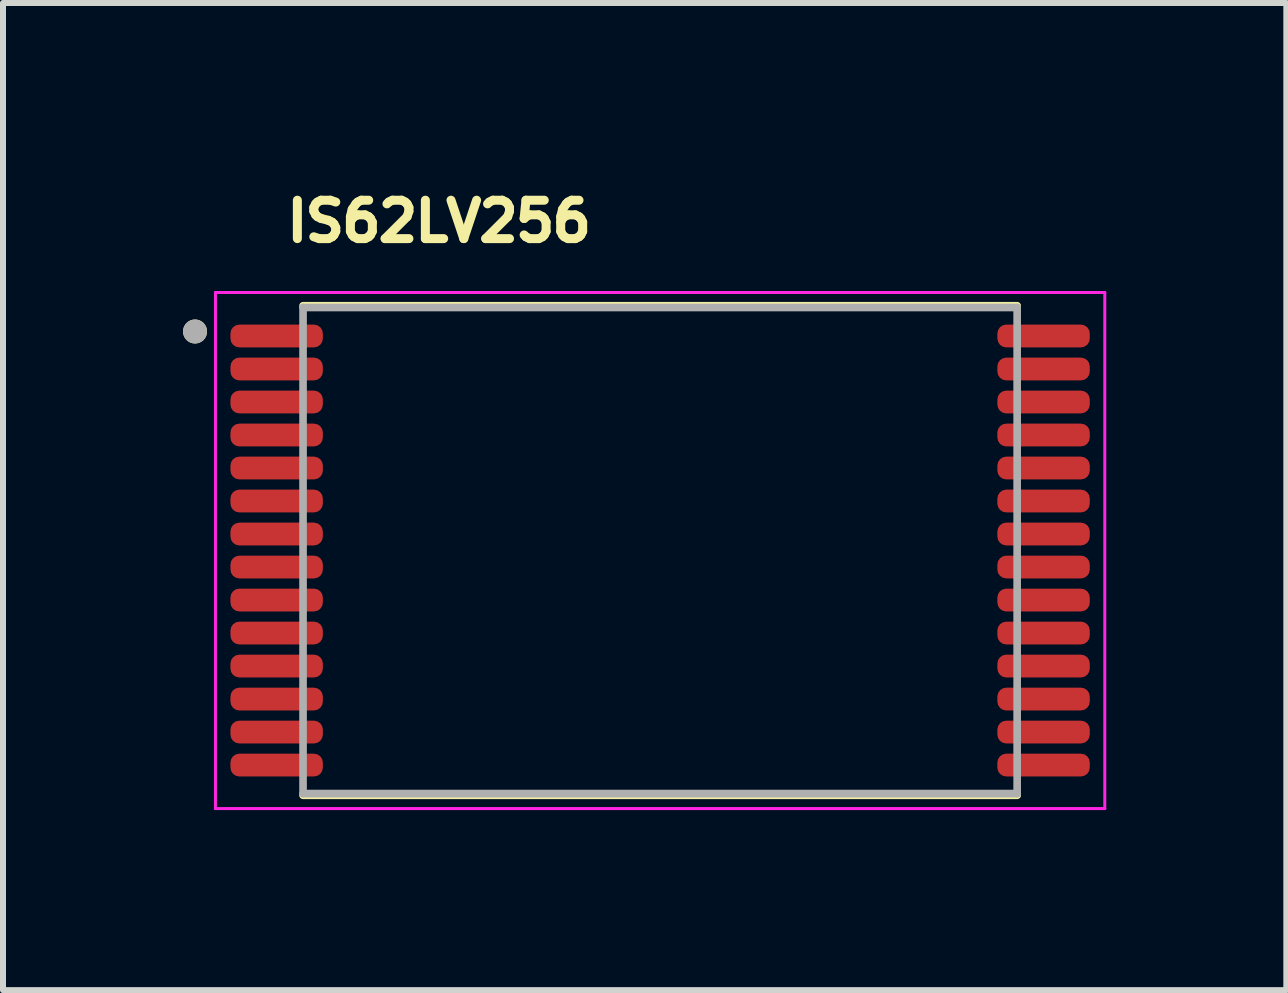
<source format=kicad_pcb>
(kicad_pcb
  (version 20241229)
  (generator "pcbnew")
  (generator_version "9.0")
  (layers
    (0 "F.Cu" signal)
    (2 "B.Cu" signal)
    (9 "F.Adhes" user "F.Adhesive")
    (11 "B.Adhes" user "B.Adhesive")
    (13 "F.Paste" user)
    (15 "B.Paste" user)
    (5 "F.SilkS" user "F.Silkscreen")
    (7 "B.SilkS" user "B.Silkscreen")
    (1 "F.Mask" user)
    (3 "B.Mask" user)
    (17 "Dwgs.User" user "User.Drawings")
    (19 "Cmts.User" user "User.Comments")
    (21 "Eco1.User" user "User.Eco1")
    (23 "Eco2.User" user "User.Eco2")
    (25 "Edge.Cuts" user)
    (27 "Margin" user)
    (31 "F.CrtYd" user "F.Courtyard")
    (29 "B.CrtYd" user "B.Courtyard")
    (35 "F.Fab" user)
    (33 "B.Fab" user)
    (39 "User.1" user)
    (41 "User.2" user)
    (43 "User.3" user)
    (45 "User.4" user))
  (footprint "IS62LV256"
    (layer "F.Cu")
    (at 7.95 6.124)
    (property "Reference" "IS62LV256" (at -3.683 -5.486 0) (layer "F.SilkS") (effects (font (size 0.64 0.64) (thickness 0.15))))
    (attr through_hole)
    (fp_line (start 5.95 -4.079) (end -5.95 -4.079) (stroke (width 0.127) (type solid)) (layer "F.SilkS"))
    (fp_line (start 5.95 4.079) (end -5.95 4.079) (stroke (width 0.127) (type solid)) (layer "F.SilkS"))
    (fp_circle (center -7.75 -3.65) (end -7.65 -3.65) (stroke (width 0.2) (type solid)) (fill no) (layer "F.SilkS"))
    (fp_line (start -7.41 -4.3) (end -7.41 4.3) (stroke (width 0.05) (type solid)) (layer "F.CrtYd"))
    (fp_line (start -7.41 4.3) (end 7.41 4.3) (stroke (width 0.05) (type solid)) (layer "F.CrtYd"))
    (fp_line (start 7.41 -4.3) (end -7.41 -4.3) (stroke (width 0.05) (type solid)) (layer "F.CrtYd"))
    (fp_line (start 7.41 4.3) (end 7.41 -4.3) (stroke (width 0.05) (type solid)) (layer "F.CrtYd"))
    (fp_line (start -5.95 -4.05) (end -5.95 4.05) (stroke (width 0.127) (type solid)) (layer "F.Fab"))
    (fp_line (start -5.95 4.05) (end 5.95 4.05) (stroke (width 0.127) (type solid)) (layer "F.Fab"))
    (fp_line (start 5.95 -4.05) (end -5.95 -4.05) (stroke (width 0.127) (type solid)) (layer "F.Fab"))
    (fp_line (start 5.95 4.05) (end 5.95 -4.05) (stroke (width 0.127) (type solid)) (layer "F.Fab"))
    (fp_circle (center -7.75 -3.65) (end -7.65 -3.65) (stroke (width 0.2) (type solid)) (fill no) (layer "F.Fab"))
    (pad "1" smd roundrect (at -6.39 -3.575 270) (size 0.38 1.54) (layers "F.Cu" "F.Mask" "F.Paste") (roundrect_rratio 0.39))
    (pad "2" smd roundrect (at -6.39 -3.025 270) (size 0.38 1.54) (layers "F.Cu" "F.Mask" "F.Paste") (roundrect_rratio 0.39))
    (pad "3" smd roundrect (at -6.39 -2.475 270) (size 0.38 1.54) (layers "F.Cu" "F.Mask" "F.Paste") (roundrect_rratio 0.39))
    (pad "4" smd roundrect (at -6.39 -1.925 270) (size 0.38 1.54) (layers "F.Cu" "F.Mask" "F.Paste") (roundrect_rratio 0.39))
    (pad "5" smd roundrect (at -6.39 -1.375 270) (size 0.38 1.54) (layers "F.Cu" "F.Mask" "F.Paste") (roundrect_rratio 0.39))
    (pad "6" smd roundrect (at -6.39 -0.825 270) (size 0.38 1.54) (layers "F.Cu" "F.Mask" "F.Paste") (roundrect_rratio 0.39))
    (pad "7" smd roundrect (at -6.39 -0.275 270) (size 0.38 1.54) (layers "F.Cu" "F.Mask" "F.Paste") (roundrect_rratio 0.39))
    (pad "8" smd roundrect (at -6.39 0.275 270) (size 0.38 1.54) (layers "F.Cu" "F.Mask" "F.Paste") (roundrect_rratio 0.39))
    (pad "9" smd roundrect (at -6.39 0.825 270) (size 0.38 1.54) (layers "F.Cu" "F.Mask" "F.Paste") (roundrect_rratio 0.39))
    (pad "10" smd roundrect (at -6.39 1.375 270) (size 0.38 1.54) (layers "F.Cu" "F.Mask" "F.Paste") (roundrect_rratio 0.39))
    (pad "11" smd roundrect (at -6.39 1.925 270) (size 0.38 1.54) (layers "F.Cu" "F.Mask" "F.Paste") (roundrect_rratio 0.39))
    (pad "12" smd roundrect (at -6.39 2.475 270) (size 0.38 1.54) (layers "F.Cu" "F.Mask" "F.Paste") (roundrect_rratio 0.39))
    (pad "13" smd roundrect (at -6.39 3.025 270) (size 0.38 1.54) (layers "F.Cu" "F.Mask" "F.Paste") (roundrect_rratio 0.39))
    (pad "14" smd roundrect (at -6.39 3.575 270) (size 0.38 1.54) (layers "F.Cu" "F.Mask" "F.Paste") (roundrect_rratio 0.39))
    (pad "15" smd roundrect (at 6.39 3.575 270) (size 0.38 1.54) (layers "F.Cu" "F.Mask" "F.Paste") (roundrect_rratio 0.39))
    (pad "16" smd roundrect (at 6.39 3.025 270) (size 0.38 1.54) (layers "F.Cu" "F.Mask" "F.Paste") (roundrect_rratio 0.39))
    (pad "17" smd roundrect (at 6.39 2.475 270) (size 0.38 1.54) (layers "F.Cu" "F.Mask" "F.Paste") (roundrect_rratio 0.39))
    (pad "18" smd roundrect (at 6.39 1.925 270) (size 0.38 1.54) (layers "F.Cu" "F.Mask" "F.Paste") (roundrect_rratio 0.39))
    (pad "19" smd roundrect (at 6.39 1.375 270) (size 0.38 1.54) (layers "F.Cu" "F.Mask" "F.Paste") (roundrect_rratio 0.39))
    (pad "20" smd roundrect (at 6.39 0.825 270) (size 0.38 1.54) (layers "F.Cu" "F.Mask" "F.Paste") (roundrect_rratio 0.39))
    (pad "21" smd roundrect (at 6.39 0.275 270) (size 0.38 1.54) (layers "F.Cu" "F.Mask" "F.Paste") (roundrect_rratio 0.39))
    (pad "22" smd roundrect (at 6.39 -0.275 270) (size 0.38 1.54) (layers "F.Cu" "F.Mask" "F.Paste") (roundrect_rratio 0.39))
    (pad "23" smd roundrect (at 6.39 -0.825 270) (size 0.38 1.54) (layers "F.Cu" "F.Mask" "F.Paste") (roundrect_rratio 0.39))
    (pad "24" smd roundrect (at 6.39 -1.375 270) (size 0.38 1.54) (layers "F.Cu" "F.Mask" "F.Paste") (roundrect_rratio 0.39))
    (pad "25" smd roundrect (at 6.39 -1.925 270) (size 0.38 1.54) (layers "F.Cu" "F.Mask" "F.Paste") (roundrect_rratio 0.39))
    (pad "26" smd roundrect (at 6.39 -2.475 270) (size 0.38 1.54) (layers "F.Cu" "F.Mask" "F.Paste") (roundrect_rratio 0.39))
    (pad "27" smd roundrect (at 6.39 -3.025 270) (size 0.38 1.54) (layers "F.Cu" "F.Mask" "F.Paste") (roundrect_rratio 0.39))
    (pad "28" smd roundrect (at 6.39 -3.575 270) (size 0.38 1.54) (layers "F.Cu" "F.Mask" "F.Paste") (roundrect_rratio 0.39)))
  (gr_rect
    (start -3 -3)
    (end 18.385 13.449)
    (stroke (width 0.1) (type default))
    (fill no)
    (layer "Edge.Cuts")))
</source>
